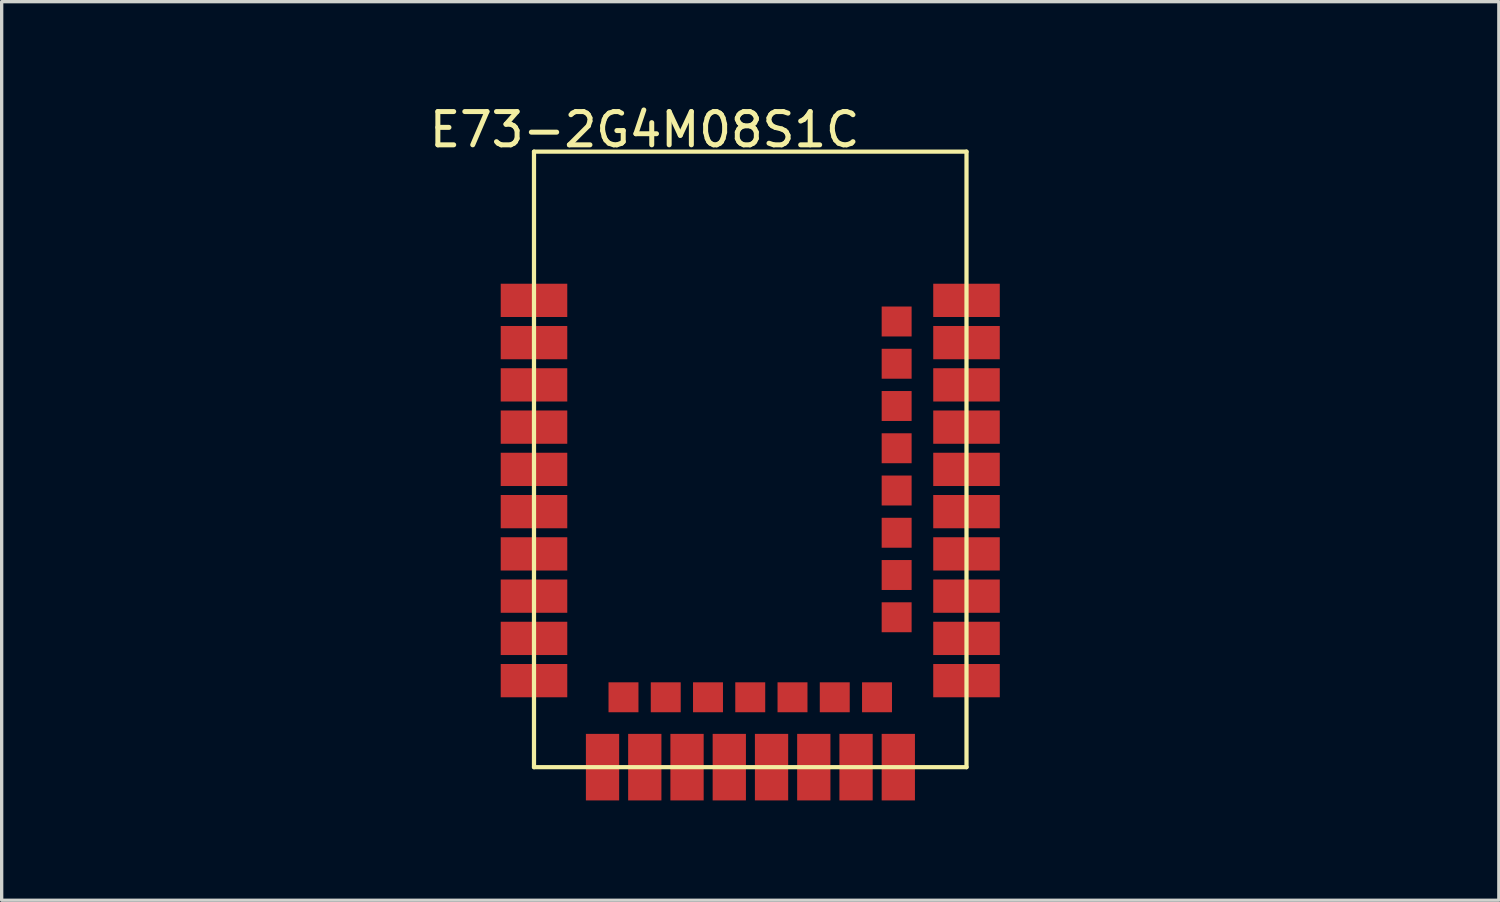
<source format=kicad_pcb>
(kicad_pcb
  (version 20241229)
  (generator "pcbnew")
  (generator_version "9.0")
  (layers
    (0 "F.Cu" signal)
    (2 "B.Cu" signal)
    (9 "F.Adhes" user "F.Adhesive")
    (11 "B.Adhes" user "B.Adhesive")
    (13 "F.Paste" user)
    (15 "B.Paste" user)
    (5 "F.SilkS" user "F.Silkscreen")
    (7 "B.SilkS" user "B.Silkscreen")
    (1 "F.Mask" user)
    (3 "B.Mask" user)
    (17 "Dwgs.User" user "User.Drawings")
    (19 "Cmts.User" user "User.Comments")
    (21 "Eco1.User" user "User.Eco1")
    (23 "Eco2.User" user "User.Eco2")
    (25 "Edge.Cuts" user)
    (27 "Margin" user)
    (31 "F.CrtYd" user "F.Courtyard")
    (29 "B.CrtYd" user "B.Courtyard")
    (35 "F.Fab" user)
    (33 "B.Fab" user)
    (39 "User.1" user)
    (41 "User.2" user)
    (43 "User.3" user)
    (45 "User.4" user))
  (footprint "E73-2G4M08S1C"
    (layer "F.Cu")
    (at 19.5 11.008)
    (property "Reference" "E73-2G4M08S1C" (at -3.175 -10.16 0) (layer "F.SilkS") (effects (font (size 1 1) (thickness 0.15))))
    (attr smd)
    (fp_line (start -6.5 -9.5) (end -6.5 9) (stroke (width 0.127) (type solid)) (layer "F.SilkS"))
    (fp_line (start -6.5 9) (end 6.5 9) (stroke (width 0.127) (type solid)) (layer "F.SilkS"))
    (fp_line (start 6.5 -9.5) (end -6.5 -9.5) (stroke (width 0.127) (type solid)) (layer "F.SilkS"))
    (fp_line (start 6.5 9) (end 6.5 -9.5) (stroke (width 0.127) (type solid)) (layer "F.SilkS"))
    (pad "1" smd rect (at -6.5 -5.03) (size 2 1) (layers "F.Cu" "F.Mask" "F.Paste"))
    (pad "2" smd rect (at -6.5 -3.76) (size 2 1) (layers "F.Cu" "F.Mask" "F.Paste"))
    (pad "3" smd rect (at -6.5 -2.49) (size 2 1) (layers "F.Cu" "F.Mask" "F.Paste"))
    (pad "4" smd rect (at -6.5 -1.22) (size 2 1) (layers "F.Cu" "F.Mask" "F.Paste"))
    (pad "5" smd rect (at -6.5 0.05) (size 2 1) (layers "F.Cu" "F.Mask" "F.Paste"))
    (pad "6" smd rect (at -6.5 1.32) (size 2 1) (layers "F.Cu" "F.Mask" "F.Paste"))
    (pad "7" smd rect (at -6.5 2.59) (size 2 1) (layers "F.Cu" "F.Mask" "F.Paste"))
    (pad "8" smd rect (at -6.5 3.86) (size 2 1) (layers "F.Cu" "F.Mask" "F.Paste"))
    (pad "9" smd rect (at -6.5 5.13) (size 2 1) (layers "F.Cu" "F.Mask" "F.Paste"))
    (pad "10" smd rect (at -6.5 6.4) (size 2 1) (layers "F.Cu" "F.Mask" "F.Paste"))
    (pad "11" smd rect (at -4.44 9) (size 1 2) (layers "F.Cu" "F.Mask" "F.Paste"))
    (pad "12" smd rect (at -3.81 6.9) (size 0.9 0.9) (layers "F.Cu" "F.Mask" "F.Paste"))
    (pad "13" smd rect (at -3.17 9) (size 1 2) (layers "F.Cu" "F.Mask" "F.Paste"))
    (pad "14" smd rect (at -2.54 6.9) (size 0.9 0.9) (layers "F.Cu" "F.Mask" "F.Paste"))
    (pad "15" smd rect (at -1.9 9) (size 1 2) (layers "F.Cu" "F.Mask" "F.Paste"))
    (pad "16" smd rect (at -1.27 6.9) (size 0.9 0.9) (layers "F.Cu" "F.Mask" "F.Paste"))
    (pad "17" smd rect (at -0.63 9) (size 1 2) (layers "F.Cu" "F.Mask" "F.Paste"))
    (pad "18" smd rect (at 0 6.9) (size 0.9 0.9) (layers "F.Cu" "F.Mask" "F.Paste"))
    (pad "19" smd rect (at 0.64 9) (size 1 2) (layers "F.Cu" "F.Mask" "F.Paste"))
    (pad "20" smd rect (at 1.27 6.9) (size 0.9 0.9) (layers "F.Cu" "F.Mask" "F.Paste"))
    (pad "21" smd rect (at 1.91 9) (size 1 2) (layers "F.Cu" "F.Mask" "F.Paste"))
    (pad "22" smd rect (at 2.54 6.9) (size 0.9 0.9) (layers "F.Cu" "F.Mask" "F.Paste"))
    (pad "23" smd rect (at 3.18 9) (size 1 2) (layers "F.Cu" "F.Mask" "F.Paste"))
    (pad "24" smd rect (at 3.81 6.9) (size 0.9 0.9) (layers "F.Cu" "F.Mask" "F.Paste"))
    (pad "25" smd rect (at 4.45 9) (size 1 2) (layers "F.Cu" "F.Mask" "F.Paste"))
    (pad "26" smd rect (at 6.5 6.4) (size 2 1) (layers "F.Cu" "F.Mask" "F.Paste"))
    (pad "27" smd rect (at 6.5 5.13) (size 2 1) (layers "F.Cu" "F.Mask" "F.Paste"))
    (pad "28" smd rect (at 4.4 4.495) (size 0.9 0.9) (layers "F.Cu" "F.Mask" "F.Paste"))
    (pad "29" smd rect (at 6.5 3.86) (size 2 1) (layers "F.Cu" "F.Mask" "F.Paste"))
    (pad "30" smd rect (at 4.4 3.225) (size 0.9 0.9) (layers "F.Cu" "F.Mask" "F.Paste"))
    (pad "31" smd rect (at 6.5 2.59) (size 2 1) (layers "F.Cu" "F.Mask" "F.Paste"))
    (pad "32" smd rect (at 4.4 1.955) (size 0.9 0.9) (layers "F.Cu" "F.Mask" "F.Paste"))
    (pad "33" smd rect (at 6.5 1.32) (size 2 1) (layers "F.Cu" "F.Mask" "F.Paste"))
    (pad "34" smd rect (at 4.4 0.685) (size 0.9 0.9) (layers "F.Cu" "F.Mask" "F.Paste"))
    (pad "35" smd rect (at 6.5 0.05) (size 2 1) (layers "F.Cu" "F.Mask" "F.Paste"))
    (pad "36" smd rect (at 4.4 -0.585) (size 0.9 0.9) (layers "F.Cu" "F.Mask" "F.Paste"))
    (pad "37" smd rect (at 6.5 -1.22) (size 2 1) (layers "F.Cu" "F.Mask" "F.Paste"))
    (pad "38" smd rect (at 4.4 -1.855) (size 0.9 0.9) (layers "F.Cu" "F.Mask" "F.Paste"))
    (pad "39" smd rect (at 6.5 -2.49) (size 2 1) (layers "F.Cu" "F.Mask" "F.Paste"))
    (pad "40" smd rect (at 4.4 -3.125) (size 0.9 0.9) (layers "F.Cu" "F.Mask" "F.Paste"))
    (pad "41" smd rect (at 6.5 -3.76) (size 2 1) (layers "F.Cu" "F.Mask" "F.Paste"))
    (pad "42" smd rect (at 4.4 -4.395) (size 0.9 0.9) (layers "F.Cu" "F.Mask" "F.Paste"))
    (pad "43" smd rect (at 6.5 -5.03) (size 2 1) (layers "F.Cu" "F.Mask" "F.Paste"))
    (zone (net_name "") (layers "F.Cu" "B.Cu") (hatch full 0.508) (connect_pads) (min_thickness 0.01) (filled_areas_thickness no) (keepout (tracks allowed) (vias not_allowed) (pads allowed) (copperpour allowed) (footprints allowed)) (placement (enabled no)) (fill) (polygon (pts (xy 0 1.508) (xy 39 1.508) (xy 39 5.008) (xy 0 5.008)))))
  (gr_rect
    (start -3 -3)
    (end 42 24.008)
    (stroke (width 0.1) (type default))
    (fill no)
    (layer "Edge.Cuts")))
</source>
